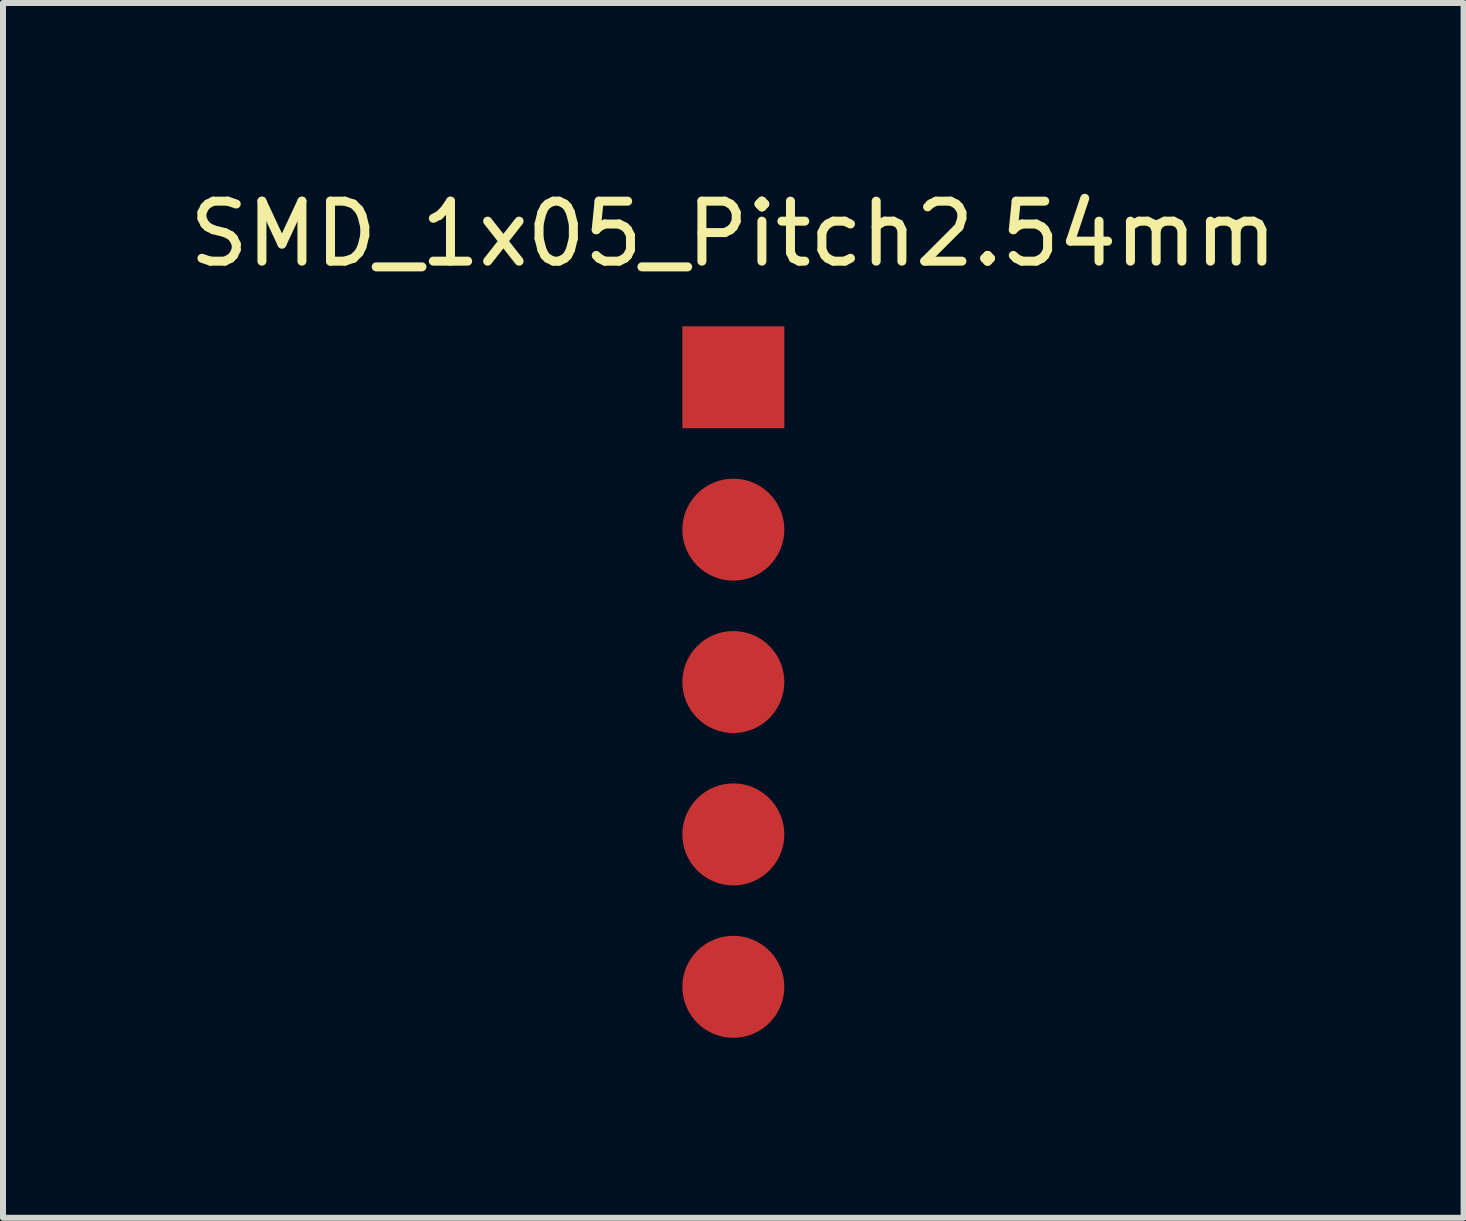
<source format=kicad_pcb>
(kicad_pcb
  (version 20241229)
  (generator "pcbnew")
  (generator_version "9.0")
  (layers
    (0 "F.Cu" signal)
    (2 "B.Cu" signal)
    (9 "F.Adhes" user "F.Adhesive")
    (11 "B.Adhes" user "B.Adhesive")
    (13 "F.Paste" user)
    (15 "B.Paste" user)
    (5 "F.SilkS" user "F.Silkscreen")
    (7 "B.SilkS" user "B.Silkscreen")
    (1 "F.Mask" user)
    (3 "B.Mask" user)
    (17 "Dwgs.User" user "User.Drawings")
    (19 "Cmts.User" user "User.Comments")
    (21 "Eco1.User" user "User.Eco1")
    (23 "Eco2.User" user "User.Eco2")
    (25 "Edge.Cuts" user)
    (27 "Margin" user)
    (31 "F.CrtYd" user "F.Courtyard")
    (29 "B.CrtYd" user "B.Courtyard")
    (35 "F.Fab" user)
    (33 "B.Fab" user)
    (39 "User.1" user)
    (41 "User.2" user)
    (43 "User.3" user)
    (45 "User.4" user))
  (footprint "SMD_1x05_Pitch2.54mm"
    (layer "F.Cu")
    (at 9.173 8.338)
    (property "Reference" "SMD_1x05_Pitch2.54mm" (at 0 -7.49 0) (layer "F.SilkS") (effects (font (size 1 1) (thickness 0.15))))
    (attr through_hole)
    (pad "1" smd rect (at 0 -5.1) (size 1.7 1.7) (layers "F.Cu" "F.Mask" "F.Paste"))
    (pad "2" smd oval (at 0 -2.56) (size 1.7 1.7) (layers "F.Cu" "F.Mask" "F.Paste"))
    (pad "3" smd oval (at 0 -0.02) (size 1.7 1.7) (layers "F.Cu" "F.Mask" "F.Paste"))
    (pad "4" smd oval (at 0 2.52) (size 1.7 1.7) (layers "F.Cu" "F.Mask" "F.Paste"))
    (pad "5" smd oval (at 0 5.06) (size 1.7 1.7) (layers "F.Cu" "F.Mask" "F.Paste")))
  (gr_rect
    (start -3 -3)
    (end 21.345 17.248)
    (stroke (width 0.1) (type default))
    (fill no)
    (layer "Edge.Cuts")))
</source>
